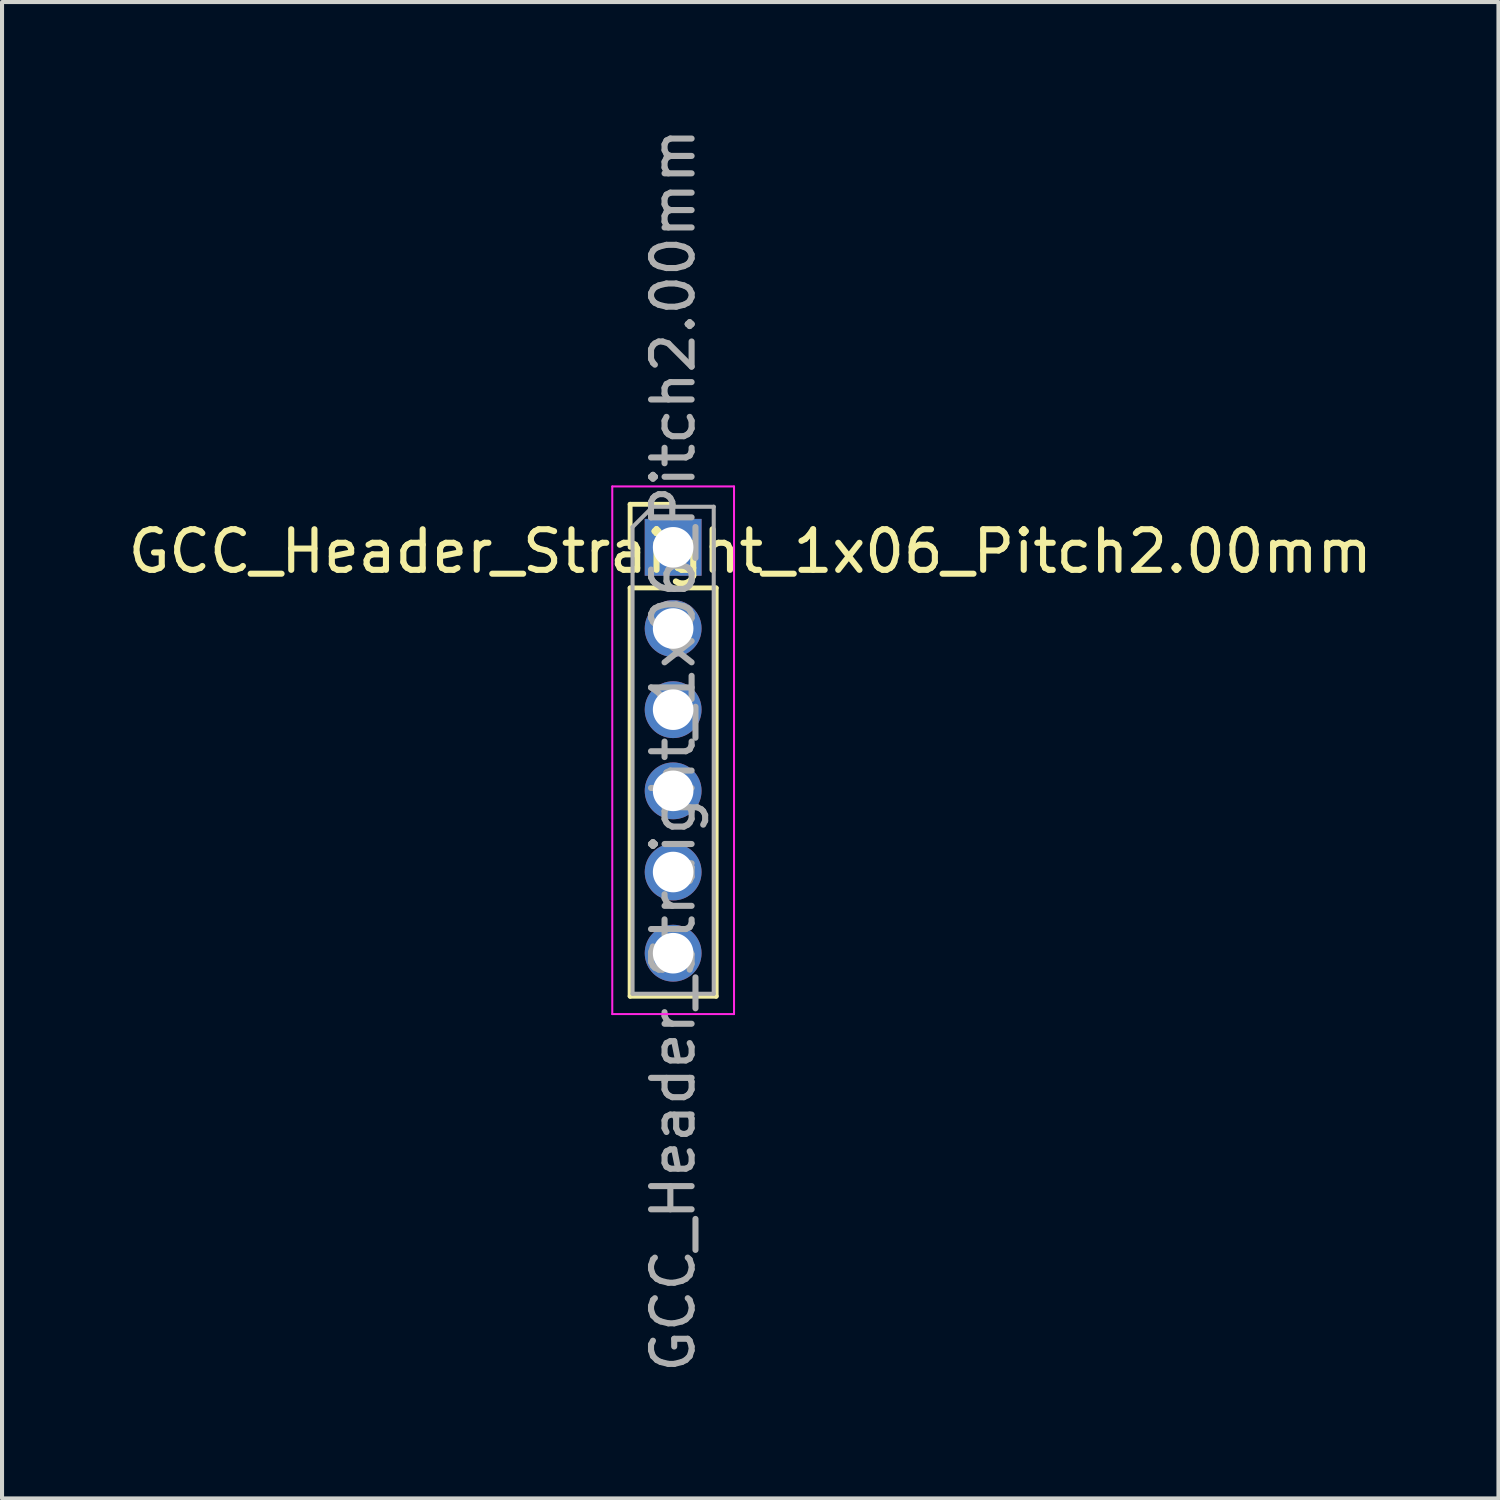
<source format=kicad_pcb>
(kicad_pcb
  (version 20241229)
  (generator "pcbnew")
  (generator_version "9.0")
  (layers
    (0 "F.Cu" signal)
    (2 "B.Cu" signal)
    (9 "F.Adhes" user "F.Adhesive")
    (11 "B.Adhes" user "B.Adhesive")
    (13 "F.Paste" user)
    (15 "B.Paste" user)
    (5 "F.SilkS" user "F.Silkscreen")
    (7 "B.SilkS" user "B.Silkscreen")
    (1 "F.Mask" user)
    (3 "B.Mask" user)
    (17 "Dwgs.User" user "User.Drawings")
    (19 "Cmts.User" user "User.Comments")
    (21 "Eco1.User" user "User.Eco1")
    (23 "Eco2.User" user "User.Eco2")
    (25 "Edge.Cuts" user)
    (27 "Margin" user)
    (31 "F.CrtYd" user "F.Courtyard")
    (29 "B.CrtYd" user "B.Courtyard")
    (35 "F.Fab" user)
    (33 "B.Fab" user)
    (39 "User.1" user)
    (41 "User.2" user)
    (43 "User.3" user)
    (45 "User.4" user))
  (footprint "GCC_Header_Straight_1x06_Pitch2.00mm"
    (layer "F.Cu")
    (at 13.535 10.435)
    (property "Reference" "GCC_Header_Straight_1x06_Pitch2.00mm" (at 1.9 0.1 180) (layer "F.SilkS") (effects (font (size 1 1) (thickness 0.15))))
    (attr through_hole)
    (fp_line (start -1.06 -1.06) (end 0 -1.06) (stroke (width 0.12) (type solid)) (layer "F.SilkS"))
    (fp_line (start -1.06 0) (end -1.06 -1.06) (stroke (width 0.12) (type solid)) (layer "F.SilkS"))
    (fp_line (start -1.06 1) (end -1.06 11.06) (stroke (width 0.12) (type solid)) (layer "F.SilkS"))
    (fp_line (start -1.06 1) (end 1.06 1) (stroke (width 0.12) (type solid)) (layer "F.SilkS"))
    (fp_line (start -1.06 11.06) (end 1.06 11.06) (stroke (width 0.12) (type solid)) (layer "F.SilkS"))
    (fp_line (start 1.06 1) (end 1.06 11.06) (stroke (width 0.12) (type solid)) (layer "F.SilkS"))
    (fp_line (start -1.5 -1.5) (end -1.5 11.5) (stroke (width 0.05) (type solid)) (layer "F.CrtYd"))
    (fp_line (start -1.5 11.5) (end 1.5 11.5) (stroke (width 0.05) (type solid)) (layer "F.CrtYd"))
    (fp_line (start 1.5 -1.5) (end -1.5 -1.5) (stroke (width 0.05) (type solid)) (layer "F.CrtYd"))
    (fp_line (start 1.5 11.5) (end 1.5 -1.5) (stroke (width 0.05) (type solid)) (layer "F.CrtYd"))
    (fp_line (start -1 -0.5) (end -0.5 -1) (stroke (width 0.1) (type solid)) (layer "F.Fab"))
    (fp_line (start -1 11) (end -1 -0.5) (stroke (width 0.1) (type solid)) (layer "F.Fab"))
    (fp_line (start -0.5 -1) (end 1 -1) (stroke (width 0.1) (type solid)) (layer "F.Fab"))
    (fp_line (start 1 -1) (end 1 11) (stroke (width 0.1) (type solid)) (layer "F.Fab"))
    (fp_line (start 1 11) (end -1 11) (stroke (width 0.1) (type solid)) (layer "F.Fab"))
    (fp_text user "${REFERENCE}" (at 0 5 90) (layer "F.Fab") (effects (font (size 1 1) (thickness 0.15))))
    (pad "1" thru_hole rect (at 0 0) (size 1.4 1.4) (drill 1) (layers "*.Cu" "*.Mask"))
    (pad "2" thru_hole oval (at 0 2) (size 1.4 1.4) (drill 1) (layers "*.Cu" "*.Mask"))
    (pad "3" thru_hole oval (at 0 4) (size 1.4 1.4) (drill 1) (layers "*.Cu" "*.Mask"))
    (pad "4" thru_hole oval (at 0 6) (size 1.4 1.4) (drill 1) (layers "*.Cu" "*.Mask"))
    (pad "5" thru_hole oval (at 0 8) (size 1.4 1.4) (drill 1) (layers "*.Cu" "*.Mask"))
    (pad "6" thru_hole oval (at 0 10) (size 1.4 1.4) (drill 1) (layers "*.Cu" "*.Mask")))
  (gr_rect
    (start -3 -3)
    (end 33.869 33.869)
    (stroke (width 0.1) (type default))
    (fill no)
    (layer "Edge.Cuts")))
</source>
